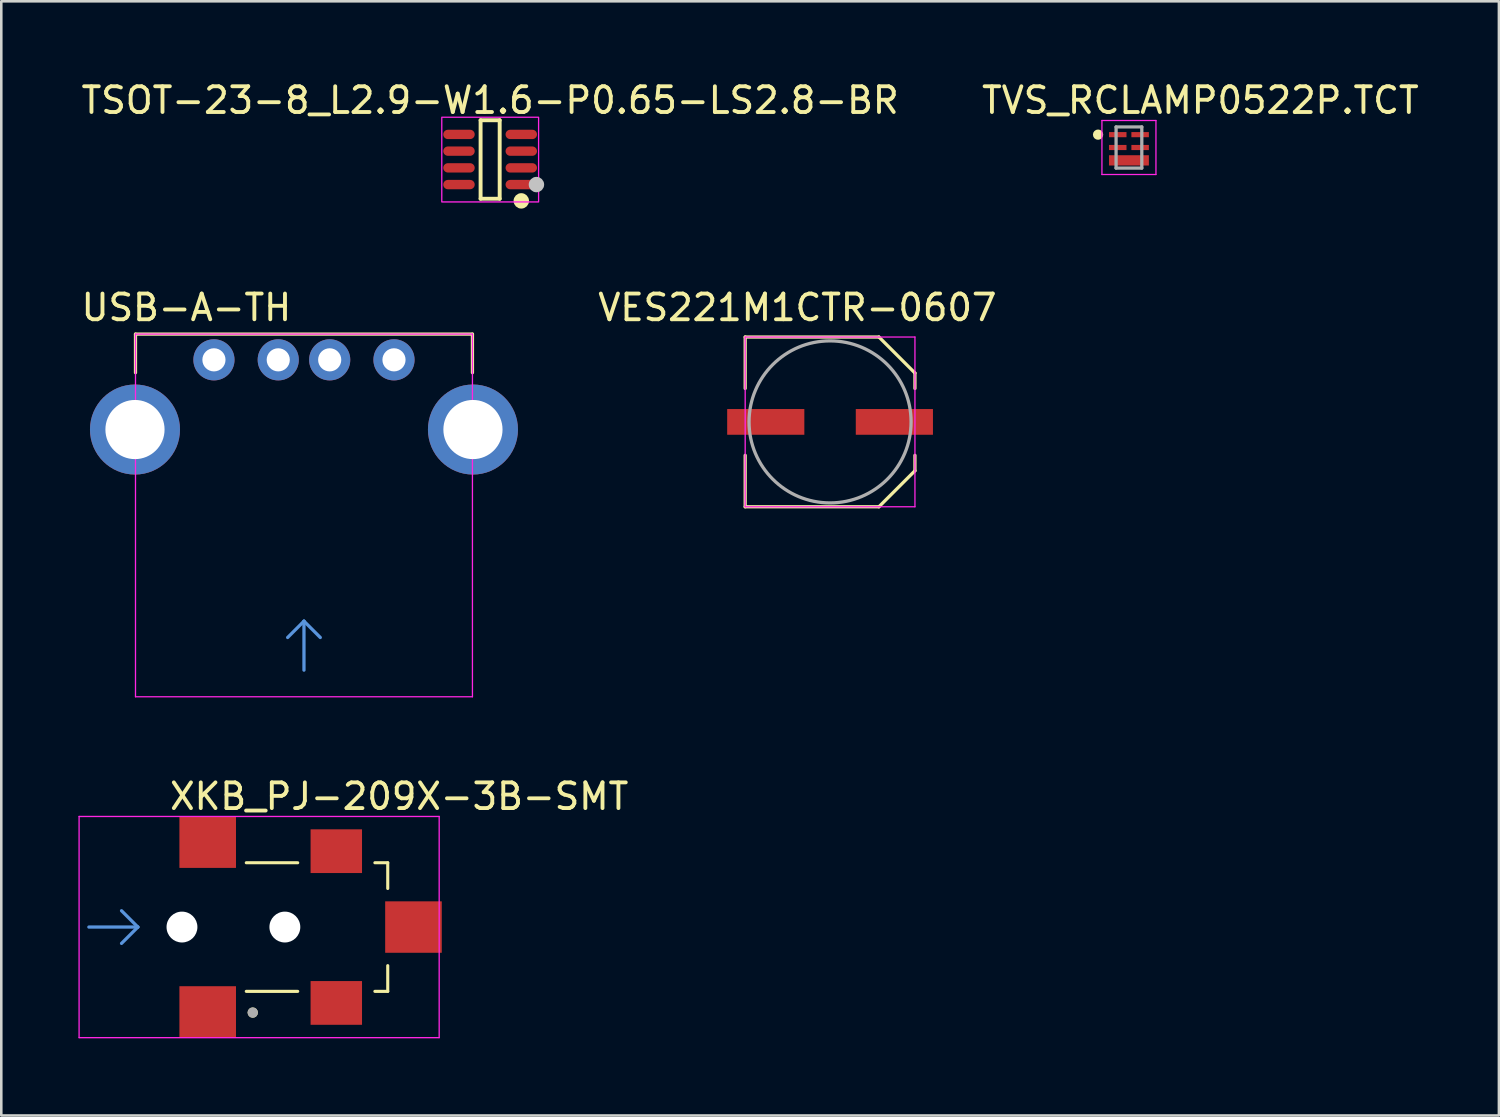
<source format=kicad_pcb>
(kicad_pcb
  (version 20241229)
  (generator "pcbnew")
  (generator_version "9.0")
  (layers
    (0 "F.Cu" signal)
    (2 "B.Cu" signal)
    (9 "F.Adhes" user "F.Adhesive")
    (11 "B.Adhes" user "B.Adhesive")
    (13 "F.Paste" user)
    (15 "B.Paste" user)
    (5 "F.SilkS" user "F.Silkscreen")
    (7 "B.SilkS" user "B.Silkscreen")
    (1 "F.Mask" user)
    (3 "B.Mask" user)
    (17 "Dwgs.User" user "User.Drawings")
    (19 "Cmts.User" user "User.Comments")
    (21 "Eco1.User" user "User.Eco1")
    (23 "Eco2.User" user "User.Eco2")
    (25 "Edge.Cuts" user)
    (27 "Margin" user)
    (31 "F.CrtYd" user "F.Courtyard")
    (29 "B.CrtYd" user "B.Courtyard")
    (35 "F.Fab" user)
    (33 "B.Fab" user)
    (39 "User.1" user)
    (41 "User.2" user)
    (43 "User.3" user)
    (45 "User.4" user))
  (footprint "TSOT-23-8_L2.9-W1.6-P0.65-LS2.8-BR"
    (layer "F.Cu")
    (at 16.006 3.151)
    (property "Reference" "TSOT-23-8_L2.9-W1.6-P0.65-LS2.8-BR" (at 0 -2.302 0) (layer "F.SilkS") (effects (font (size 1 1) (thickness 0.15))))
    (fp_line (start -0.371 -1.526) (end 0.371 -1.526) (stroke (width 0.152) (type default)) (layer "F.SilkS"))
    (fp_line (start -0.371 1.526) (end -0.371 -1.526) (stroke (width 0.152) (type default)) (layer "F.SilkS"))
    (fp_line (start 0.371 -1.526) (end 0.371 1.526) (stroke (width 0.152) (type default)) (layer "F.SilkS"))
    (fp_line (start 0.371 1.526) (end -0.371 1.526) (stroke (width 0.152) (type default)) (layer "F.SilkS"))
    (fp_circle (center 1.211 1.609) (end 1.361 1.609) (stroke (width 0.3) (type default)) (fill no) (layer "F.SilkS"))
    (fp_circle (center 1.8 0.975) (end 1.95 0.975) (stroke (width 0.3) (type default)) (fill no) (layer "Dwgs.User"))
    (fp_rect (start -1.88 -1.643) (end 1.884 1.65) (stroke (width 0.05) (type default)) (fill no) (layer "F.CrtYd"))
    (fp_poly (pts (xy -1.4 -0.825) (xy -1 -0.825) (xy -1 -1.125) (xy -1.4 -1.125)) (stroke (width 0.1) (type default)) (fill no) (layer "User.1"))
    (fp_poly (pts (xy -1.4 -0.175) (xy -1 -0.175) (xy -1 -0.475) (xy -1.4 -0.475)) (stroke (width 0.1) (type default)) (fill no) (layer "User.1"))
    (fp_poly (pts (xy -1.4 0.475) (xy -1 0.475) (xy -1 0.175) (xy -1.4 0.175)) (stroke (width 0.1) (type default)) (fill no) (layer "User.1"))
    (fp_poly (pts (xy -1.4 1.125) (xy -1 1.125) (xy -1 0.825) (xy -1.4 0.825)) (stroke (width 0.1) (type default)) (fill no) (layer "User.1"))
    (fp_poly (pts (xy -1.01 -0.825) (xy -0.79 -0.825) (xy -0.79 -1.125) (xy -1.01 -1.125)) (stroke (width 0.1) (type default)) (fill no) (layer "User.1"))
    (fp_poly (pts (xy -1.01 -0.175) (xy -0.79 -0.175) (xy -0.79 -0.475) (xy -1.01 -0.475)) (stroke (width 0.1) (type default)) (fill no) (layer "User.1"))
    (fp_poly (pts (xy -1.01 0.475) (xy -0.79 0.475) (xy -0.79 0.175) (xy -1.01 0.175)) (stroke (width 0.1) (type default)) (fill no) (layer "User.1"))
    (fp_poly (pts (xy -1.01 1.125) (xy -0.79 1.125) (xy -0.79 0.825) (xy -1.01 0.825)) (stroke (width 0.1) (type default)) (fill no) (layer "User.1"))
    (fp_poly (pts (xy 1.01 -0.825) (xy 0.79 -0.825) (xy 0.79 -1.125) (xy 1.01 -1.125)) (stroke (width 0.1) (type default)) (fill no) (layer "User.1"))
    (fp_poly (pts (xy 1.01 -0.175) (xy 0.79 -0.175) (xy 0.79 -0.475) (xy 1.01 -0.475)) (stroke (width 0.1) (type default)) (fill no) (layer "User.1"))
    (fp_poly (pts (xy 1.01 0.475) (xy 0.79 0.475) (xy 0.79 0.175) (xy 1.01 0.175)) (stroke (width 0.1) (type default)) (fill no) (layer "User.1"))
    (fp_poly (pts (xy 1.01 1.125) (xy 0.79 1.125) (xy 0.79 0.825) (xy 1.01 0.825)) (stroke (width 0.1) (type default)) (fill no) (layer "User.1"))
    (fp_poly (pts (xy 1.4 -0.825) (xy 1 -0.825) (xy 1 -1.125) (xy 1.4 -1.125)) (stroke (width 0.1) (type default)) (fill no) (layer "User.1"))
    (fp_poly (pts (xy 1.4 -0.175) (xy 1 -0.175) (xy 1 -0.475) (xy 1.4 -0.475)) (stroke (width 0.1) (type default)) (fill no) (layer "User.1"))
    (fp_poly (pts (xy 1.4 0.475) (xy 1 0.475) (xy 1 0.175) (xy 1.4 0.175)) (stroke (width 0.1) (type default)) (fill no) (layer "User.1"))
    (fp_poly (pts (xy 1.4 1.125) (xy 1 1.125) (xy 1 0.825) (xy 1.4 0.825)) (stroke (width 0.1) (type default)) (fill no) (layer "User.1"))
    (fp_line (start -0.8 -1.45) (end 0.8 -1.45) (stroke (width 0.051) (type default)) (layer "User.2"))
    (fp_line (start -0.8 1.45) (end -0.8 -1.45) (stroke (width 0.051) (type default)) (layer "User.2"))
    (fp_line (start 0.8 -1.45) (end 0.8 1.45) (stroke (width 0.051) (type default)) (layer "User.2"))
    (fp_line (start 0.8 1.45) (end -0.8 1.45) (stroke (width 0.051) (type default)) (layer "User.2"))
    (fp_poly (pts (xy 1.455 1.427) (xy 1.423 1.395) (xy 1.377 1.395) (xy 1.345 1.427) (xy 1.345 1.473) (xy 1.377 1.505) (xy 1.423 1.505) (xy 1.455 1.473)) (stroke (width 0.1) (type default)) (fill no) (layer "User.3"))
    (pad "1" smd oval (at 1.211 0.975) (size 1.222 0.364) (layers "F.Cu" "F.Mask" "F.Paste"))
    (pad "2" smd oval (at 1.211 0.325) (size 1.222 0.364) (layers "F.Cu" "F.Mask" "F.Paste"))
    (pad "3" smd oval (at 1.211 -0.325) (size 1.222 0.364) (layers "F.Cu" "F.Mask" "F.Paste"))
    (pad "4" smd oval (at 1.211 -0.975) (size 1.222 0.364) (layers "F.Cu" "F.Mask" "F.Paste"))
    (pad "5" smd oval (at -1.211 -0.975) (size 1.222 0.364) (layers "F.Cu" "F.Mask" "F.Paste"))
    (pad "6" smd oval (at -1.211 -0.325) (size 1.222 0.364) (layers "F.Cu" "F.Mask" "F.Paste"))
    (pad "7" smd oval (at -1.211 0.325) (size 1.222 0.364) (layers "F.Cu" "F.Mask" "F.Paste"))
    (pad "8" smd oval (at -1.211 0.975) (size 1.222 0.364) (layers "F.Cu" "F.Mask" "F.Paste")))
  (footprint "TVS_RCLAMP0522P.TCT"
    (layer "F.Cu")
    (at 40.842 2.685)
    (property "Reference" "TVS_RCLAMP0522P.TCT" (at 2.777 -1.836 0) (layer "F.SilkS") (effects (font (size 1.001 1.001) (thickness 0.15))))
    (attr through_hole)
    (fp_poly (pts (xy -0.826 0.25) (xy 0.825 0.25) (xy 0.825 0.751) (xy -0.826 0.751)) (stroke (width 0.01) (type solid)) (fill yes) (layer "F.Mask"))
    (fp_poly (pts (xy -0.826 -0.65) (xy -0.045 -0.65) (xy -0.045 -0.35) (xy -0.826 -0.35)) (stroke (width 0.01) (type solid)) (fill yes) (layer "F.Mask"))
    (fp_poly (pts (xy -0.825 -0.15) (xy -0.045 -0.15) (xy -0.045 0.15) (xy -0.825 0.15)) (stroke (width 0.01) (type solid)) (fill yes) (layer "F.Mask"))
    (fp_poly (pts (xy 0.045 -0.65) (xy 0.825 -0.65) (xy 0.825 -0.35) (xy 0.045 -0.35)) (stroke (width 0.01) (type solid)) (fill yes) (layer "F.Mask"))
    (fp_poly (pts (xy 0.045 -0.15) (xy 0.825 -0.15) (xy 0.825 0.15) (xy 0.045 0.15)) (stroke (width 0.01) (type solid)) (fill yes) (layer "F.Mask"))
    (fp_circle (center -1.2 -0.5) (end -1.1 -0.5) (stroke (width 0.2) (type solid)) (fill no) (layer "F.SilkS"))
    (fp_line (start -1.05 -1.05) (end 1.05 -1.05) (stroke (width 0.05) (type solid)) (layer "F.CrtYd"))
    (fp_line (start -1.05 1.05) (end -1.05 -1.05) (stroke (width 0.05) (type solid)) (layer "F.CrtYd"))
    (fp_line (start 1.05 -1.05) (end 1.05 1.05) (stroke (width 0.05) (type solid)) (layer "F.CrtYd"))
    (fp_line (start 1.05 1.05) (end -1.05 1.05) (stroke (width 0.05) (type solid)) (layer "F.CrtYd"))
    (fp_line (start -0.5 -0.8) (end 0.5 -0.8) (stroke (width 0.127) (type solid)) (layer "F.Fab"))
    (fp_line (start -0.5 0.8) (end -0.5 -0.8) (stroke (width 0.127) (type solid)) (layer "F.Fab"))
    (fp_line (start 0.5 -0.8) (end 0.5 0.8) (stroke (width 0.127) (type solid)) (layer "F.Fab"))
    (fp_line (start 0.5 0.8) (end -0.5 0.8) (stroke (width 0.127) (type solid)) (layer "F.Fab"))
    (pad "1" smd rect (at -0.435 -0.5) (size 0.68 0.2) (layers "F.Cu" "F.Paste"))
    (pad "1" smd rect (at 0.435 -0.5) (size 0.68 0.2) (layers "F.Cu" "F.Paste"))
    (pad "2" smd rect (at -0.435 0) (size 0.68 0.2) (layers "F.Cu" "F.Paste"))
    (pad "2" smd rect (at 0.435 0) (size 0.68 0.2) (layers "F.Cu" "F.Paste"))
    (pad "3" smd rect (at 0 0.5) (size 1.55 0.4) (layers "F.Cu" "F.Paste")))
  (footprint "USB-A-TH"
    (layer "F.Cu")
    (at 8.768 10.94)
    (property "Reference" "USB-A-TH" (at -4.572 -2.032 0) (layer "F.SilkS") (effects (font (size 1 1) (thickness 0.15))))
    (attr through_hole)
    (fp_line (start -6.55 -1) (end 6.55 -1) (stroke (width 0.127) (type solid)) (layer "F.SilkS"))
    (fp_line (start -6.55 0.5) (end -6.55 -1) (stroke (width 0.127) (type solid)) (layer "F.SilkS"))
    (fp_line (start 6.55 -1) (end 6.55 0.5) (stroke (width 0.127) (type solid)) (layer "F.SilkS"))
    (fp_line (start 0 10.16) (end -0.635 10.795) (stroke (width 0.127) (type solid)) (layer "Cmts.User"))
    (fp_line (start 0 10.16) (end 0.635 10.795) (stroke (width 0.127) (type solid)) (layer "Cmts.User"))
    (fp_line (start 0 12.065) (end 0 10.16) (stroke (width 0.127) (type solid)) (layer "Cmts.User"))
    (fp_line (start -6.55 -1) (end 6.55 -1) (stroke (width 0.05) (type solid)) (layer "F.CrtYd"))
    (fp_line (start -6.55 13.1) (end -6.55 -1) (stroke (width 0.05) (type solid)) (layer "F.CrtYd"))
    (fp_line (start 6.55 -1) (end 6.55 13.1) (stroke (width 0.05) (type solid)) (layer "F.CrtYd"))
    (fp_line (start 6.55 13.1) (end -6.55 13.1) (stroke (width 0.05) (type solid)) (layer "F.CrtYd"))
    (pad "1" thru_hole circle (at -3.5 0) (size 1.6 1.6) (drill 0.9) (layers "*.Cu" "*.Mask"))
    (pad "2" thru_hole circle (at -1 0) (size 1.6 1.6) (drill 0.9) (layers "*.Cu" "*.Mask"))
    (pad "3" thru_hole circle (at 1 0) (size 1.6 1.6) (drill 0.9) (layers "*.Cu" "*.Mask"))
    (pad "4" thru_hole circle (at -6.57 2.71) (size 3.5 3.5) (drill 2.3) (layers "*.Cu" "*.Mask"))
    (pad "4" thru_hole circle (at 3.5 0) (size 1.6 1.6) (drill 0.9) (layers "*.Cu" "*.Mask"))
    (pad "4" thru_hole circle (at 6.57 2.71) (size 3.5 3.5) (drill 2.3) (layers "*.Cu" "*.Mask")))
  (footprint "VES221M1CTR-0607"
    (layer "F.Cu")
    (at 29.222 13.353)
    (property "Reference" "VES221M1CTR-0607" (at -1.27 -4.445 0) (layer "F.SilkS") (effects (font (size 1 1) (thickness 0.15))))
    (attr through_hole)
    (fp_line (start -3.3 -3.3) (end 1.9 -3.3) (stroke (width 0.127) (type solid)) (layer "F.SilkS"))
    (fp_line (start -3.3 -1.3) (end -3.3 -3.3) (stroke (width 0.127) (type solid)) (layer "F.SilkS"))
    (fp_line (start -3.3 3.3) (end -3.3 1.3) (stroke (width 0.127) (type solid)) (layer "F.SilkS"))
    (fp_line (start 1.9 -3.3) (end 3.3 -1.9) (stroke (width 0.127) (type solid)) (layer "F.SilkS"))
    (fp_line (start 1.9 3.3) (end -3.3 3.3) (stroke (width 0.127) (type solid)) (layer "F.SilkS"))
    (fp_line (start 1.9 3.3) (end 3.3 1.9) (stroke (width 0.127) (type solid)) (layer "F.SilkS"))
    (fp_line (start 3.3 -1.9) (end 3.3 -1.3) (stroke (width 0.127) (type solid)) (layer "F.SilkS"))
    (fp_line (start 3.3 1.3) (end 3.3 1.9) (stroke (width 0.127) (type solid)) (layer "F.SilkS"))
    (fp_line (start -3.3 -3.3) (end -3.3 3.3) (stroke (width 0.05) (type solid)) (layer "F.CrtYd"))
    (fp_line (start -3.3 3.3) (end 3.3 3.3) (stroke (width 0.05) (type solid)) (layer "F.CrtYd"))
    (fp_line (start 3.3 -3.3) (end -3.3 -3.3) (stroke (width 0.05) (type solid)) (layer "F.CrtYd"))
    (fp_line (start 3.3 3.3) (end 3.3 -3.3) (stroke (width 0.05) (type solid)) (layer "F.CrtYd"))
    (fp_circle (center 0 0) (end 3.15 0) (stroke (width 0.127) (type solid)) (fill no) (layer "F.Fab"))
    (pad "+" smd rect (at 2.5 0) (size 3 1) (layers "F.Cu" "F.Mask" "F.Paste"))
    (pad "-" smd rect (at -2.5 0) (size 3 1) (layers "F.Cu" "F.Mask" "F.Paste")))
  (footprint "XKB_PJ-209X-3B-SMT"
    (layer "F.Cu")
    (at 8.025 32.993)
    (property "Reference" "XKB_PJ-209X-3B-SMT" (at 4.445 -5.08 0) (layer "F.SilkS") (effects (font (size 1 1) (thickness 0.15))))
    (attr through_hole)
    (fp_line (start 0.5 -2.5) (end -1.5 -2.5) (stroke (width 0.12) (type solid)) (layer "F.SilkS"))
    (fp_line (start 0.5 2.5) (end -1.5 2.5) (stroke (width 0.12) (type solid)) (layer "F.SilkS"))
    (fp_line (start 3.5 -2.5) (end 4 -2.5) (stroke (width 0.12) (type solid)) (layer "F.SilkS"))
    (fp_line (start 4 -2.5) (end 4 -1.5) (stroke (width 0.12) (type solid)) (layer "F.SilkS"))
    (fp_line (start 4 1.5) (end 4 2.5) (stroke (width 0.12) (type solid)) (layer "F.SilkS"))
    (fp_line (start 4 2.5) (end 3.5 2.5) (stroke (width 0.12) (type solid)) (layer "F.SilkS"))
    (fp_circle (center -1.249 3.325) (end -1.149 3.325) (stroke (width 0.2) (type solid)) (fill no) (layer "F.SilkS"))
    (fp_line (start -7.62 0) (end -5.715 0) (stroke (width 0.127) (type solid)) (layer "Cmts.User"))
    (fp_line (start -5.715 0) (end -6.35 -0.635) (stroke (width 0.127) (type solid)) (layer "Cmts.User"))
    (fp_line (start -5.715 0) (end -6.35 0.635) (stroke (width 0.127) (type solid)) (layer "Cmts.User"))
    (fp_line (start -8 -4.3) (end -8 4.3) (stroke (width 0.05) (type solid)) (layer "F.CrtYd"))
    (fp_line (start -8 -4.3) (end 6 -4.3) (stroke (width 0.05) (type solid)) (layer "F.CrtYd"))
    (fp_line (start -8 4.3) (end 6 4.3) (stroke (width 0.05) (type solid)) (layer "F.CrtYd"))
    (fp_line (start 6 4.3) (end 6 -4.3) (stroke (width 0.05) (type solid)) (layer "F.CrtYd"))
    (fp_circle (center -1.249 3.325) (end -1.149 3.325) (stroke (width 0.2) (type solid)) (fill no) (layer "F.Fab"))
    (pad "" np_thru_hole circle (at -4 0) (size 1.2 1.2) (drill 1.2) (layers "*.Cu" "*.Mask"))
    (pad "" np_thru_hole circle (at 0 0) (size 1.2 1.2) (drill 1.2) (layers "*.Cu" "*.Mask"))
    (pad "1" smd rect (at -3 -3.3) (size 2.2 2) (layers "F.Cu" "F.Mask" "F.Paste"))
    (pad "1" smd rect (at -3 3.3) (size 2.2 2) (layers "F.Cu" "F.Mask" "F.Paste"))
    (pad "2" smd rect (at 2 2.95) (size 2 1.7) (layers "F.Cu" "F.Mask" "F.Paste"))
    (pad "3" smd rect (at 2 -2.95) (size 2 1.7) (layers "F.Cu" "F.Mask" "F.Paste"))
    (pad "10" smd rect (at 5 0) (size 2.2 2) (layers "F.Cu" "F.Mask" "F.Paste")))
  (gr_rect
    (start -3 -3)
    (end 55.226 40.319)
    (stroke (width 0.1) (type default))
    (fill no)
    (layer "Edge.Cuts")))
</source>
